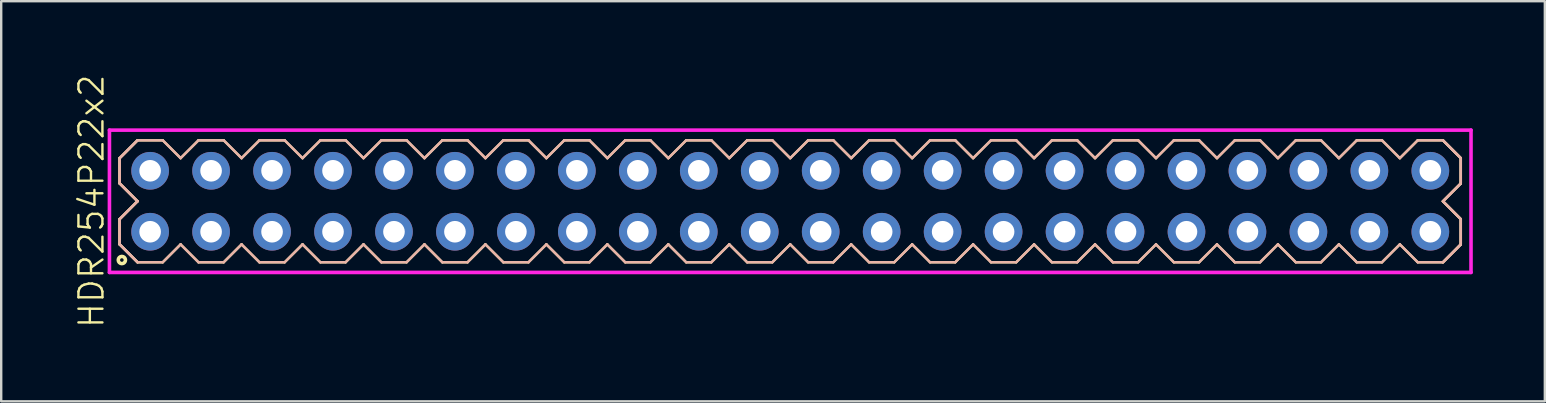
<source format=kicad_pcb>
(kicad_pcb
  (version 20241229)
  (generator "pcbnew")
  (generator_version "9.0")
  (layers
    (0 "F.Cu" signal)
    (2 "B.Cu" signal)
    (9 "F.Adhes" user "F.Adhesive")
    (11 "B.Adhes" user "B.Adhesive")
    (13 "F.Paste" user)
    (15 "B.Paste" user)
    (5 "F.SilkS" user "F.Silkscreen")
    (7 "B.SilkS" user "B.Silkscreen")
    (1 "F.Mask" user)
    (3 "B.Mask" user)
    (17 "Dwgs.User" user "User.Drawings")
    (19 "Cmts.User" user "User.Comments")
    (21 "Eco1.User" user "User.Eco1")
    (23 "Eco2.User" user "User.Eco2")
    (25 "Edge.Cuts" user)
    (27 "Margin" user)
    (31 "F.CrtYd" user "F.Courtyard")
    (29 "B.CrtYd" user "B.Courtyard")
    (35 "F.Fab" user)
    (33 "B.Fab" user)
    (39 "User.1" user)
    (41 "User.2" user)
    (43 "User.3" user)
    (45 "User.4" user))
  (footprint "HDR254P22x2"
    (layer "F.Cu")
    (at 29.875 5.336)
    (property "Reference" "HDR254P22x2" (at -29.115 0 90) (layer "F.SilkS") (effects (font (size 1 1) (thickness 0.1))))
    (attr through_hole)
    (fp_line (start -27.94 -1.796) (end -27.196 -2.54) (stroke (width 0.1) (type solid)) (layer "F.SilkS"))
    (fp_line (start -27.94 -1.796) (end -27.196 -2.54) (stroke (width 0.1) (type solid)) (layer "F.SilkS"))
    (fp_line (start -27.94 -0.744) (end -27.94 -1.796) (stroke (width 0.1) (type solid)) (layer "F.SilkS"))
    (fp_line (start -27.94 -0.744) (end -27.94 -1.796) (stroke (width 0.1) (type solid)) (layer "F.SilkS"))
    (fp_line (start -27.94 0.744) (end -27.196 0) (stroke (width 0.1) (type solid)) (layer "F.SilkS"))
    (fp_line (start -27.94 0.744) (end -27.196 0) (stroke (width 0.1) (type solid)) (layer "F.SilkS"))
    (fp_line (start -27.94 1.796) (end -27.94 0.744) (stroke (width 0.1) (type solid)) (layer "F.SilkS"))
    (fp_line (start -27.94 1.796) (end -27.94 0.744) (stroke (width 0.1) (type solid)) (layer "F.SilkS"))
    (fp_line (start -27.196 -2.54) (end -26.144 -2.54) (stroke (width 0.1) (type solid)) (layer "F.SilkS"))
    (fp_line (start -27.196 0) (end -27.94 -0.744) (stroke (width 0.1) (type solid)) (layer "F.SilkS"))
    (fp_line (start -27.196 0) (end -27.94 -0.744) (stroke (width 0.1) (type solid)) (layer "F.SilkS"))
    (fp_line (start -27.196 2.54) (end -27.94 1.796) (stroke (width 0.1) (type solid)) (layer "F.SilkS"))
    (fp_line (start -27.196 2.54) (end -27.94 1.796) (stroke (width 0.1) (type solid)) (layer "F.SilkS"))
    (fp_line (start -26.144 -2.54) (end -25.4 -1.796) (stroke (width 0.1) (type solid)) (layer "F.SilkS"))
    (fp_line (start -26.144 2.54) (end -27.196 2.54) (stroke (width 0.1) (type solid)) (layer "F.SilkS"))
    (fp_line (start -25.4 -1.796) (end -24.656 -2.54) (stroke (width 0.1) (type solid)) (layer "F.SilkS"))
    (fp_line (start -25.4 1.796) (end -26.144 2.54) (stroke (width 0.1) (type solid)) (layer "F.SilkS"))
    (fp_line (start -24.656 -2.54) (end -23.604 -2.54) (stroke (width 0.1) (type solid)) (layer "F.SilkS"))
    (fp_line (start -24.656 2.54) (end -25.4 1.796) (stroke (width 0.1) (type solid)) (layer "F.SilkS"))
    (fp_line (start -23.604 -2.54) (end -22.86 -1.796) (stroke (width 0.1) (type solid)) (layer "F.SilkS"))
    (fp_line (start -23.604 2.54) (end -24.656 2.54) (stroke (width 0.1) (type solid)) (layer "F.SilkS"))
    (fp_line (start -22.86 -1.796) (end -22.116 -2.54) (stroke (width 0.1) (type solid)) (layer "F.SilkS"))
    (fp_line (start -22.86 1.796) (end -23.604 2.54) (stroke (width 0.1) (type solid)) (layer "F.SilkS"))
    (fp_line (start -22.116 -2.54) (end -21.064 -2.54) (stroke (width 0.1) (type solid)) (layer "F.SilkS"))
    (fp_line (start -22.116 2.54) (end -22.86 1.796) (stroke (width 0.1) (type solid)) (layer "F.SilkS"))
    (fp_line (start -21.064 -2.54) (end -20.32 -1.796) (stroke (width 0.1) (type solid)) (layer "F.SilkS"))
    (fp_line (start -21.064 2.54) (end -22.116 2.54) (stroke (width 0.1) (type solid)) (layer "F.SilkS"))
    (fp_line (start -20.32 -1.796) (end -19.576 -2.54) (stroke (width 0.1) (type solid)) (layer "F.SilkS"))
    (fp_line (start -20.32 1.796) (end -21.064 2.54) (stroke (width 0.1) (type solid)) (layer "F.SilkS"))
    (fp_line (start -19.576 -2.54) (end -18.524 -2.54) (stroke (width 0.1) (type solid)) (layer "F.SilkS"))
    (fp_line (start -19.576 2.54) (end -20.32 1.796) (stroke (width 0.1) (type solid)) (layer "F.SilkS"))
    (fp_line (start -18.524 -2.54) (end -17.78 -1.796) (stroke (width 0.1) (type solid)) (layer "F.SilkS"))
    (fp_line (start -18.524 2.54) (end -19.576 2.54) (stroke (width 0.1) (type solid)) (layer "F.SilkS"))
    (fp_line (start -17.78 -1.796) (end -17.036 -2.54) (stroke (width 0.1) (type solid)) (layer "F.SilkS"))
    (fp_line (start -17.78 1.796) (end -18.524 2.54) (stroke (width 0.1) (type solid)) (layer "F.SilkS"))
    (fp_line (start -17.036 -2.54) (end -15.984 -2.54) (stroke (width 0.1) (type solid)) (layer "F.SilkS"))
    (fp_line (start -17.036 2.54) (end -17.78 1.796) (stroke (width 0.1) (type solid)) (layer "F.SilkS"))
    (fp_line (start -15.984 -2.54) (end -15.24 -1.796) (stroke (width 0.1) (type solid)) (layer "F.SilkS"))
    (fp_line (start -15.984 2.54) (end -17.036 2.54) (stroke (width 0.1) (type solid)) (layer "F.SilkS"))
    (fp_line (start -15.24 -1.796) (end -14.496 -2.54) (stroke (width 0.1) (type solid)) (layer "F.SilkS"))
    (fp_line (start -15.24 1.796) (end -15.984 2.54) (stroke (width 0.1) (type solid)) (layer "F.SilkS"))
    (fp_line (start -14.496 -2.54) (end -13.444 -2.54) (stroke (width 0.1) (type solid)) (layer "F.SilkS"))
    (fp_line (start -14.496 2.54) (end -15.24 1.796) (stroke (width 0.1) (type solid)) (layer "F.SilkS"))
    (fp_line (start -13.444 -2.54) (end -12.7 -1.796) (stroke (width 0.1) (type solid)) (layer "F.SilkS"))
    (fp_line (start -13.444 2.54) (end -14.496 2.54) (stroke (width 0.1) (type solid)) (layer "F.SilkS"))
    (fp_line (start -12.7 -1.796) (end -11.956 -2.54) (stroke (width 0.1) (type solid)) (layer "F.SilkS"))
    (fp_line (start -12.7 1.796) (end -13.444 2.54) (stroke (width 0.1) (type solid)) (layer "F.SilkS"))
    (fp_line (start -11.956 -2.54) (end -10.904 -2.54) (stroke (width 0.1) (type solid)) (layer "F.SilkS"))
    (fp_line (start -11.956 2.54) (end -12.7 1.796) (stroke (width 0.1) (type solid)) (layer "F.SilkS"))
    (fp_line (start -10.904 -2.54) (end -10.16 -1.796) (stroke (width 0.1) (type solid)) (layer "F.SilkS"))
    (fp_line (start -10.904 2.54) (end -11.956 2.54) (stroke (width 0.1) (type solid)) (layer "F.SilkS"))
    (fp_line (start -10.16 -1.796) (end -9.416 -2.54) (stroke (width 0.1) (type solid)) (layer "F.SilkS"))
    (fp_line (start -10.16 1.796) (end -10.904 2.54) (stroke (width 0.1) (type solid)) (layer "F.SilkS"))
    (fp_line (start -9.416 -2.54) (end -8.364 -2.54) (stroke (width 0.1) (type solid)) (layer "F.SilkS"))
    (fp_line (start -9.416 2.54) (end -10.16 1.796) (stroke (width 0.1) (type solid)) (layer "F.SilkS"))
    (fp_line (start -8.364 -2.54) (end -7.62 -1.796) (stroke (width 0.1) (type solid)) (layer "F.SilkS"))
    (fp_line (start -8.364 2.54) (end -9.416 2.54) (stroke (width 0.1) (type solid)) (layer "F.SilkS"))
    (fp_line (start -7.62 -1.796) (end -6.876 -2.54) (stroke (width 0.1) (type solid)) (layer "F.SilkS"))
    (fp_line (start -7.62 1.796) (end -8.364 2.54) (stroke (width 0.1) (type solid)) (layer "F.SilkS"))
    (fp_line (start -6.876 -2.54) (end -5.824 -2.54) (stroke (width 0.1) (type solid)) (layer "F.SilkS"))
    (fp_line (start -6.876 2.54) (end -7.62 1.796) (stroke (width 0.1) (type solid)) (layer "F.SilkS"))
    (fp_line (start -5.824 -2.54) (end -5.08 -1.796) (stroke (width 0.1) (type solid)) (layer "F.SilkS"))
    (fp_line (start -5.824 2.54) (end -6.876 2.54) (stroke (width 0.1) (type solid)) (layer "F.SilkS"))
    (fp_line (start -5.08 -1.796) (end -4.336 -2.54) (stroke (width 0.1) (type solid)) (layer "F.SilkS"))
    (fp_line (start -5.08 1.796) (end -5.824 2.54) (stroke (width 0.1) (type solid)) (layer "F.SilkS"))
    (fp_line (start -4.336 -2.54) (end -3.284 -2.54) (stroke (width 0.1) (type solid)) (layer "F.SilkS"))
    (fp_line (start -4.336 2.54) (end -5.08 1.796) (stroke (width 0.1) (type solid)) (layer "F.SilkS"))
    (fp_line (start -3.284 -2.54) (end -2.54 -1.796) (stroke (width 0.1) (type solid)) (layer "F.SilkS"))
    (fp_line (start -3.284 2.54) (end -4.336 2.54) (stroke (width 0.1) (type solid)) (layer "F.SilkS"))
    (fp_line (start -2.54 -1.796) (end -1.796 -2.54) (stroke (width 0.1) (type solid)) (layer "F.SilkS"))
    (fp_line (start -2.54 1.796) (end -3.284 2.54) (stroke (width 0.1) (type solid)) (layer "F.SilkS"))
    (fp_line (start -1.796 -2.54) (end -0.744 -2.54) (stroke (width 0.1) (type solid)) (layer "F.SilkS"))
    (fp_line (start -1.796 2.54) (end -2.54 1.796) (stroke (width 0.1) (type solid)) (layer "F.SilkS"))
    (fp_line (start -0.744 -2.54) (end 0 -1.796) (stroke (width 0.1) (type solid)) (layer "F.SilkS"))
    (fp_line (start -0.744 2.54) (end -1.796 2.54) (stroke (width 0.1) (type solid)) (layer "F.SilkS"))
    (fp_line (start 0 -1.796) (end 0.744 -2.54) (stroke (width 0.1) (type solid)) (layer "F.SilkS"))
    (fp_line (start 0 1.796) (end -0.744 2.54) (stroke (width 0.1) (type solid)) (layer "F.SilkS"))
    (fp_line (start 0.744 -2.54) (end 1.796 -2.54) (stroke (width 0.1) (type solid)) (layer "F.SilkS"))
    (fp_line (start 0.744 2.54) (end 0 1.796) (stroke (width 0.1) (type solid)) (layer "F.SilkS"))
    (fp_line (start 1.796 -2.54) (end 2.54 -1.796) (stroke (width 0.1) (type solid)) (layer "F.SilkS"))
    (fp_line (start 1.796 2.54) (end 0.744 2.54) (stroke (width 0.1) (type solid)) (layer "F.SilkS"))
    (fp_line (start 2.54 -1.796) (end 3.284 -2.54) (stroke (width 0.1) (type solid)) (layer "F.SilkS"))
    (fp_line (start 2.54 1.796) (end 1.796 2.54) (stroke (width 0.1) (type solid)) (layer "F.SilkS"))
    (fp_line (start 3.284 -2.54) (end 4.336 -2.54) (stroke (width 0.1) (type solid)) (layer "F.SilkS"))
    (fp_line (start 3.284 2.54) (end 2.54 1.796) (stroke (width 0.1) (type solid)) (layer "F.SilkS"))
    (fp_line (start 4.336 -2.54) (end 5.08 -1.796) (stroke (width 0.1) (type solid)) (layer "F.SilkS"))
    (fp_line (start 4.336 2.54) (end 3.284 2.54) (stroke (width 0.1) (type solid)) (layer "F.SilkS"))
    (fp_line (start 5.08 -1.796) (end 5.824 -2.54) (stroke (width 0.1) (type solid)) (layer "F.SilkS"))
    (fp_line (start 5.08 1.796) (end 4.336 2.54) (stroke (width 0.1) (type solid)) (layer "F.SilkS"))
    (fp_line (start 5.824 -2.54) (end 6.876 -2.54) (stroke (width 0.1) (type solid)) (layer "F.SilkS"))
    (fp_line (start 5.824 2.54) (end 5.08 1.796) (stroke (width 0.1) (type solid)) (layer "F.SilkS"))
    (fp_line (start 6.876 -2.54) (end 7.62 -1.796) (stroke (width 0.1) (type solid)) (layer "F.SilkS"))
    (fp_line (start 6.876 2.54) (end 5.824 2.54) (stroke (width 0.1) (type solid)) (layer "F.SilkS"))
    (fp_line (start 7.62 -1.796) (end 8.364 -2.54) (stroke (width 0.1) (type solid)) (layer "F.SilkS"))
    (fp_line (start 7.62 1.796) (end 6.876 2.54) (stroke (width 0.1) (type solid)) (layer "F.SilkS"))
    (fp_line (start 8.364 -2.54) (end 9.416 -2.54) (stroke (width 0.1) (type solid)) (layer "F.SilkS"))
    (fp_line (start 8.364 2.54) (end 7.62 1.796) (stroke (width 0.1) (type solid)) (layer "F.SilkS"))
    (fp_line (start 9.416 -2.54) (end 10.16 -1.796) (stroke (width 0.1) (type solid)) (layer "F.SilkS"))
    (fp_line (start 9.416 2.54) (end 8.364 2.54) (stroke (width 0.1) (type solid)) (layer "F.SilkS"))
    (fp_line (start 10.16 -1.796) (end 10.904 -2.54) (stroke (width 0.1) (type solid)) (layer "F.SilkS"))
    (fp_line (start 10.16 1.796) (end 9.416 2.54) (stroke (width 0.1) (type solid)) (layer "F.SilkS"))
    (fp_line (start 10.904 -2.54) (end 11.956 -2.54) (stroke (width 0.1) (type solid)) (layer "F.SilkS"))
    (fp_line (start 10.904 2.54) (end 10.16 1.796) (stroke (width 0.1) (type solid)) (layer "F.SilkS"))
    (fp_line (start 11.956 -2.54) (end 12.7 -1.796) (stroke (width 0.1) (type solid)) (layer "F.SilkS"))
    (fp_line (start 11.956 2.54) (end 10.904 2.54) (stroke (width 0.1) (type solid)) (layer "F.SilkS"))
    (fp_line (start 12.7 -1.796) (end 13.444 -2.54) (stroke (width 0.1) (type solid)) (layer "F.SilkS"))
    (fp_line (start 12.7 1.796) (end 11.956 2.54) (stroke (width 0.1) (type solid)) (layer "F.SilkS"))
    (fp_line (start 13.444 -2.54) (end 14.496 -2.54) (stroke (width 0.1) (type solid)) (layer "F.SilkS"))
    (fp_line (start 13.444 2.54) (end 12.7 1.796) (stroke (width 0.1) (type solid)) (layer "F.SilkS"))
    (fp_line (start 14.496 -2.54) (end 15.24 -1.796) (stroke (width 0.1) (type solid)) (layer "F.SilkS"))
    (fp_line (start 14.496 2.54) (end 13.444 2.54) (stroke (width 0.1) (type solid)) (layer "F.SilkS"))
    (fp_line (start 15.24 -1.796) (end 15.984 -2.54) (stroke (width 0.1) (type solid)) (layer "F.SilkS"))
    (fp_line (start 15.24 1.796) (end 14.496 2.54) (stroke (width 0.1) (type solid)) (layer "F.SilkS"))
    (fp_line (start 15.984 -2.54) (end 17.036 -2.54) (stroke (width 0.1) (type solid)) (layer "F.SilkS"))
    (fp_line (start 15.984 2.54) (end 15.24 1.796) (stroke (width 0.1) (type solid)) (layer "F.SilkS"))
    (fp_line (start 17.036 -2.54) (end 17.78 -1.796) (stroke (width 0.1) (type solid)) (layer "F.SilkS"))
    (fp_line (start 17.036 2.54) (end 15.984 2.54) (stroke (width 0.1) (type solid)) (layer "F.SilkS"))
    (fp_line (start 17.78 -1.796) (end 18.524 -2.54) (stroke (width 0.1) (type solid)) (layer "F.SilkS"))
    (fp_line (start 17.78 1.796) (end 17.036 2.54) (stroke (width 0.1) (type solid)) (layer "F.SilkS"))
    (fp_line (start 18.524 -2.54) (end 19.576 -2.54) (stroke (width 0.1) (type solid)) (layer "F.SilkS"))
    (fp_line (start 18.524 2.54) (end 17.78 1.796) (stroke (width 0.1) (type solid)) (layer "F.SilkS"))
    (fp_line (start 19.576 -2.54) (end 20.32 -1.796) (stroke (width 0.1) (type solid)) (layer "F.SilkS"))
    (fp_line (start 19.576 2.54) (end 18.524 2.54) (stroke (width 0.1) (type solid)) (layer "F.SilkS"))
    (fp_line (start 20.32 -1.796) (end 21.064 -2.54) (stroke (width 0.1) (type solid)) (layer "F.SilkS"))
    (fp_line (start 20.32 1.796) (end 19.576 2.54) (stroke (width 0.1) (type solid)) (layer "F.SilkS"))
    (fp_line (start 21.064 -2.54) (end 22.116 -2.54) (stroke (width 0.1) (type solid)) (layer "F.SilkS"))
    (fp_line (start 21.064 2.54) (end 20.32 1.796) (stroke (width 0.1) (type solid)) (layer "F.SilkS"))
    (fp_line (start 22.116 -2.54) (end 22.86 -1.796) (stroke (width 0.1) (type solid)) (layer "F.SilkS"))
    (fp_line (start 22.116 2.54) (end 21.064 2.54) (stroke (width 0.1) (type solid)) (layer "F.SilkS"))
    (fp_line (start 22.86 -1.796) (end 23.604 -2.54) (stroke (width 0.1) (type solid)) (layer "F.SilkS"))
    (fp_line (start 22.86 1.796) (end 22.116 2.54) (stroke (width 0.1) (type solid)) (layer "F.SilkS"))
    (fp_line (start 23.604 -2.54) (end 24.656 -2.54) (stroke (width 0.1) (type solid)) (layer "F.SilkS"))
    (fp_line (start 23.604 2.54) (end 22.86 1.796) (stroke (width 0.1) (type solid)) (layer "F.SilkS"))
    (fp_line (start 24.656 -2.54) (end 25.4 -1.796) (stroke (width 0.1) (type solid)) (layer "F.SilkS"))
    (fp_line (start 24.656 2.54) (end 23.604 2.54) (stroke (width 0.1) (type solid)) (layer "F.SilkS"))
    (fp_line (start 25.4 -1.796) (end 26.144 -2.54) (stroke (width 0.1) (type solid)) (layer "F.SilkS"))
    (fp_line (start 25.4 1.796) (end 24.656 2.54) (stroke (width 0.1) (type solid)) (layer "F.SilkS"))
    (fp_line (start 26.144 -2.54) (end 27.196 -2.54) (stroke (width 0.1) (type solid)) (layer "F.SilkS"))
    (fp_line (start 26.144 2.54) (end 25.4 1.796) (stroke (width 0.1) (type solid)) (layer "F.SilkS"))
    (fp_line (start 27.196 -2.54) (end 27.94 -1.796) (stroke (width 0.1) (type solid)) (layer "F.SilkS"))
    (fp_line (start 27.196 -2.54) (end 27.94 -1.796) (stroke (width 0.1) (type solid)) (layer "F.SilkS"))
    (fp_line (start 27.196 0) (end 27.94 0.744) (stroke (width 0.1) (type solid)) (layer "F.SilkS"))
    (fp_line (start 27.196 0) (end 27.94 0.744) (stroke (width 0.1) (type solid)) (layer "F.SilkS"))
    (fp_line (start 27.196 2.54) (end 26.144 2.54) (stroke (width 0.1) (type solid)) (layer "F.SilkS"))
    (fp_line (start 27.94 -1.796) (end 27.94 -0.744) (stroke (width 0.1) (type solid)) (layer "F.SilkS"))
    (fp_line (start 27.94 -1.796) (end 27.94 -0.744) (stroke (width 0.1) (type solid)) (layer "F.SilkS"))
    (fp_line (start 27.94 -0.744) (end 27.196 0) (stroke (width 0.1) (type solid)) (layer "F.SilkS"))
    (fp_line (start 27.94 -0.744) (end 27.196 0) (stroke (width 0.1) (type solid)) (layer "F.SilkS"))
    (fp_line (start 27.94 0.744) (end 27.94 1.796) (stroke (width 0.1) (type solid)) (layer "F.SilkS"))
    (fp_line (start 27.94 0.744) (end 27.94 1.796) (stroke (width 0.1) (type solid)) (layer "F.SilkS"))
    (fp_line (start 27.94 1.796) (end 27.196 2.54) (stroke (width 0.1) (type solid)) (layer "F.SilkS"))
    (fp_line (start 27.94 1.796) (end 27.196 2.54) (stroke (width 0.1) (type solid)) (layer "F.SilkS"))
    (fp_circle (center -27.848 2.448) (end -27.698 2.448) (stroke (width 0.15) (type solid)) (fill no) (layer "F.SilkS"))
    (fp_line (start -27.94 -1.796) (end -27.196 -2.54) (stroke (width 0.1) (type solid)) (layer "B.SilkS"))
    (fp_line (start -27.94 -1.796) (end -27.196 -2.54) (stroke (width 0.1) (type solid)) (layer "B.SilkS"))
    (fp_line (start -27.94 -0.744) (end -27.94 -1.796) (stroke (width 0.1) (type solid)) (layer "B.SilkS"))
    (fp_line (start -27.94 -0.744) (end -27.94 -1.796) (stroke (width 0.1) (type solid)) (layer "B.SilkS"))
    (fp_line (start -27.94 0.744) (end -27.196 0) (stroke (width 0.1) (type solid)) (layer "B.SilkS"))
    (fp_line (start -27.94 0.744) (end -27.196 0) (stroke (width 0.1) (type solid)) (layer "B.SilkS"))
    (fp_line (start -27.94 1.796) (end -27.94 0.744) (stroke (width 0.1) (type solid)) (layer "B.SilkS"))
    (fp_line (start -27.94 1.796) (end -27.94 0.744) (stroke (width 0.1) (type solid)) (layer "B.SilkS"))
    (fp_line (start -27.196 -2.54) (end -26.144 -2.54) (stroke (width 0.1) (type solid)) (layer "B.SilkS"))
    (fp_line (start -27.196 0) (end -27.94 -0.744) (stroke (width 0.1) (type solid)) (layer "B.SilkS"))
    (fp_line (start -27.196 0) (end -27.94 -0.744) (stroke (width 0.1) (type solid)) (layer "B.SilkS"))
    (fp_line (start -27.196 2.54) (end -27.94 1.796) (stroke (width 0.1) (type solid)) (layer "B.SilkS"))
    (fp_line (start -27.196 2.54) (end -27.94 1.796) (stroke (width 0.1) (type solid)) (layer "B.SilkS"))
    (fp_line (start -26.144 -2.54) (end -25.4 -1.796) (stroke (width 0.1) (type solid)) (layer "B.SilkS"))
    (fp_line (start -26.144 2.54) (end -27.196 2.54) (stroke (width 0.1) (type solid)) (layer "B.SilkS"))
    (fp_line (start -25.4 -1.796) (end -24.656 -2.54) (stroke (width 0.1) (type solid)) (layer "B.SilkS"))
    (fp_line (start -25.4 1.796) (end -26.144 2.54) (stroke (width 0.1) (type solid)) (layer "B.SilkS"))
    (fp_line (start -24.656 -2.54) (end -23.604 -2.54) (stroke (width 0.1) (type solid)) (layer "B.SilkS"))
    (fp_line (start -24.656 2.54) (end -25.4 1.796) (stroke (width 0.1) (type solid)) (layer "B.SilkS"))
    (fp_line (start -23.604 -2.54) (end -22.86 -1.796) (stroke (width 0.1) (type solid)) (layer "B.SilkS"))
    (fp_line (start -23.604 2.54) (end -24.656 2.54) (stroke (width 0.1) (type solid)) (layer "B.SilkS"))
    (fp_line (start -22.86 -1.796) (end -22.116 -2.54) (stroke (width 0.1) (type solid)) (layer "B.SilkS"))
    (fp_line (start -22.86 1.796) (end -23.604 2.54) (stroke (width 0.1) (type solid)) (layer "B.SilkS"))
    (fp_line (start -22.116 -2.54) (end -21.064 -2.54) (stroke (width 0.1) (type solid)) (layer "B.SilkS"))
    (fp_line (start -22.116 2.54) (end -22.86 1.796) (stroke (width 0.1) (type solid)) (layer "B.SilkS"))
    (fp_line (start -21.064 -2.54) (end -20.32 -1.796) (stroke (width 0.1) (type solid)) (layer "B.SilkS"))
    (fp_line (start -21.064 2.54) (end -22.116 2.54) (stroke (width 0.1) (type solid)) (layer "B.SilkS"))
    (fp_line (start -20.32 -1.796) (end -19.576 -2.54) (stroke (width 0.1) (type solid)) (layer "B.SilkS"))
    (fp_line (start -20.32 1.796) (end -21.064 2.54) (stroke (width 0.1) (type solid)) (layer "B.SilkS"))
    (fp_line (start -19.576 -2.54) (end -18.524 -2.54) (stroke (width 0.1) (type solid)) (layer "B.SilkS"))
    (fp_line (start -19.576 2.54) (end -20.32 1.796) (stroke (width 0.1) (type solid)) (layer "B.SilkS"))
    (fp_line (start -18.524 -2.54) (end -17.78 -1.796) (stroke (width 0.1) (type solid)) (layer "B.SilkS"))
    (fp_line (start -18.524 2.54) (end -19.576 2.54) (stroke (width 0.1) (type solid)) (layer "B.SilkS"))
    (fp_line (start -17.78 -1.796) (end -17.036 -2.54) (stroke (width 0.1) (type solid)) (layer "B.SilkS"))
    (fp_line (start -17.78 1.796) (end -18.524 2.54) (stroke (width 0.1) (type solid)) (layer "B.SilkS"))
    (fp_line (start -17.036 -2.54) (end -15.984 -2.54) (stroke (width 0.1) (type solid)) (layer "B.SilkS"))
    (fp_line (start -17.036 2.54) (end -17.78 1.796) (stroke (width 0.1) (type solid)) (layer "B.SilkS"))
    (fp_line (start -15.984 -2.54) (end -15.24 -1.796) (stroke (width 0.1) (type solid)) (layer "B.SilkS"))
    (fp_line (start -15.984 2.54) (end -17.036 2.54) (stroke (width 0.1) (type solid)) (layer "B.SilkS"))
    (fp_line (start -15.24 -1.796) (end -14.496 -2.54) (stroke (width 0.1) (type solid)) (layer "B.SilkS"))
    (fp_line (start -15.24 1.796) (end -15.984 2.54) (stroke (width 0.1) (type solid)) (layer "B.SilkS"))
    (fp_line (start -14.496 -2.54) (end -13.444 -2.54) (stroke (width 0.1) (type solid)) (layer "B.SilkS"))
    (fp_line (start -14.496 2.54) (end -15.24 1.796) (stroke (width 0.1) (type solid)) (layer "B.SilkS"))
    (fp_line (start -13.444 -2.54) (end -12.7 -1.796) (stroke (width 0.1) (type solid)) (layer "B.SilkS"))
    (fp_line (start -13.444 2.54) (end -14.496 2.54) (stroke (width 0.1) (type solid)) (layer "B.SilkS"))
    (fp_line (start -12.7 -1.796) (end -11.956 -2.54) (stroke (width 0.1) (type solid)) (layer "B.SilkS"))
    (fp_line (start -12.7 1.796) (end -13.444 2.54) (stroke (width 0.1) (type solid)) (layer "B.SilkS"))
    (fp_line (start -11.956 -2.54) (end -10.904 -2.54) (stroke (width 0.1) (type solid)) (layer "B.SilkS"))
    (fp_line (start -11.956 2.54) (end -12.7 1.796) (stroke (width 0.1) (type solid)) (layer "B.SilkS"))
    (fp_line (start -10.904 -2.54) (end -10.16 -1.796) (stroke (width 0.1) (type solid)) (layer "B.SilkS"))
    (fp_line (start -10.904 2.54) (end -11.956 2.54) (stroke (width 0.1) (type solid)) (layer "B.SilkS"))
    (fp_line (start -10.16 -1.796) (end -9.416 -2.54) (stroke (width 0.1) (type solid)) (layer "B.SilkS"))
    (fp_line (start -10.16 1.796) (end -10.904 2.54) (stroke (width 0.1) (type solid)) (layer "B.SilkS"))
    (fp_line (start -9.416 -2.54) (end -8.364 -2.54) (stroke (width 0.1) (type solid)) (layer "B.SilkS"))
    (fp_line (start -9.416 2.54) (end -10.16 1.796) (stroke (width 0.1) (type solid)) (layer "B.SilkS"))
    (fp_line (start -8.364 -2.54) (end -7.62 -1.796) (stroke (width 0.1) (type solid)) (layer "B.SilkS"))
    (fp_line (start -8.364 2.54) (end -9.416 2.54) (stroke (width 0.1) (type solid)) (layer "B.SilkS"))
    (fp_line (start -7.62 -1.796) (end -6.876 -2.54) (stroke (width 0.1) (type solid)) (layer "B.SilkS"))
    (fp_line (start -7.62 1.796) (end -8.364 2.54) (stroke (width 0.1) (type solid)) (layer "B.SilkS"))
    (fp_line (start -6.876 -2.54) (end -5.824 -2.54) (stroke (width 0.1) (type solid)) (layer "B.SilkS"))
    (fp_line (start -6.876 2.54) (end -7.62 1.796) (stroke (width 0.1) (type solid)) (layer "B.SilkS"))
    (fp_line (start -5.824 -2.54) (end -5.08 -1.796) (stroke (width 0.1) (type solid)) (layer "B.SilkS"))
    (fp_line (start -5.824 2.54) (end -6.876 2.54) (stroke (width 0.1) (type solid)) (layer "B.SilkS"))
    (fp_line (start -5.08 -1.796) (end -4.336 -2.54) (stroke (width 0.1) (type solid)) (layer "B.SilkS"))
    (fp_line (start -5.08 1.796) (end -5.824 2.54) (stroke (width 0.1) (type solid)) (layer "B.SilkS"))
    (fp_line (start -4.336 -2.54) (end -3.284 -2.54) (stroke (width 0.1) (type solid)) (layer "B.SilkS"))
    (fp_line (start -4.336 2.54) (end -5.08 1.796) (stroke (width 0.1) (type solid)) (layer "B.SilkS"))
    (fp_line (start -3.284 -2.54) (end -2.54 -1.796) (stroke (width 0.1) (type solid)) (layer "B.SilkS"))
    (fp_line (start -3.284 2.54) (end -4.336 2.54) (stroke (width 0.1) (type solid)) (layer "B.SilkS"))
    (fp_line (start -2.54 -1.796) (end -1.796 -2.54) (stroke (width 0.1) (type solid)) (layer "B.SilkS"))
    (fp_line (start -2.54 1.796) (end -3.284 2.54) (stroke (width 0.1) (type solid)) (layer "B.SilkS"))
    (fp_line (start -1.796 -2.54) (end -0.744 -2.54) (stroke (width 0.1) (type solid)) (layer "B.SilkS"))
    (fp_line (start -1.796 2.54) (end -2.54 1.796) (stroke (width 0.1) (type solid)) (layer "B.SilkS"))
    (fp_line (start -0.744 -2.54) (end 0 -1.796) (stroke (width 0.1) (type solid)) (layer "B.SilkS"))
    (fp_line (start -0.744 2.54) (end -1.796 2.54) (stroke (width 0.1) (type solid)) (layer "B.SilkS"))
    (fp_line (start 0 -1.796) (end 0.744 -2.54) (stroke (width 0.1) (type solid)) (layer "B.SilkS"))
    (fp_line (start 0 1.796) (end -0.744 2.54) (stroke (width 0.1) (type solid)) (layer "B.SilkS"))
    (fp_line (start 0.744 -2.54) (end 1.796 -2.54) (stroke (width 0.1) (type solid)) (layer "B.SilkS"))
    (fp_line (start 0.744 2.54) (end 0 1.796) (stroke (width 0.1) (type solid)) (layer "B.SilkS"))
    (fp_line (start 1.796 -2.54) (end 2.54 -1.796) (stroke (width 0.1) (type solid)) (layer "B.SilkS"))
    (fp_line (start 1.796 2.54) (end 0.744 2.54) (stroke (width 0.1) (type solid)) (layer "B.SilkS"))
    (fp_line (start 2.54 -1.796) (end 3.284 -2.54) (stroke (width 0.1) (type solid)) (layer "B.SilkS"))
    (fp_line (start 2.54 1.796) (end 1.796 2.54) (stroke (width 0.1) (type solid)) (layer "B.SilkS"))
    (fp_line (start 3.284 -2.54) (end 4.336 -2.54) (stroke (width 0.1) (type solid)) (layer "B.SilkS"))
    (fp_line (start 3.284 2.54) (end 2.54 1.796) (stroke (width 0.1) (type solid)) (layer "B.SilkS"))
    (fp_line (start 4.336 -2.54) (end 5.08 -1.796) (stroke (width 0.1) (type solid)) (layer "B.SilkS"))
    (fp_line (start 4.336 2.54) (end 3.284 2.54) (stroke (width 0.1) (type solid)) (layer "B.SilkS"))
    (fp_line (start 5.08 -1.796) (end 5.824 -2.54) (stroke (width 0.1) (type solid)) (layer "B.SilkS"))
    (fp_line (start 5.08 1.796) (end 4.336 2.54) (stroke (width 0.1) (type solid)) (layer "B.SilkS"))
    (fp_line (start 5.824 -2.54) (end 6.876 -2.54) (stroke (width 0.1) (type solid)) (layer "B.SilkS"))
    (fp_line (start 5.824 2.54) (end 5.08 1.796) (stroke (width 0.1) (type solid)) (layer "B.SilkS"))
    (fp_line (start 6.876 -2.54) (end 7.62 -1.796) (stroke (width 0.1) (type solid)) (layer "B.SilkS"))
    (fp_line (start 6.876 2.54) (end 5.824 2.54) (stroke (width 0.1) (type solid)) (layer "B.SilkS"))
    (fp_line (start 7.62 -1.796) (end 8.364 -2.54) (stroke (width 0.1) (type solid)) (layer "B.SilkS"))
    (fp_line (start 7.62 1.796) (end 6.876 2.54) (stroke (width 0.1) (type solid)) (layer "B.SilkS"))
    (fp_line (start 8.364 -2.54) (end 9.416 -2.54) (stroke (width 0.1) (type solid)) (layer "B.SilkS"))
    (fp_line (start 8.364 2.54) (end 7.62 1.796) (stroke (width 0.1) (type solid)) (layer "B.SilkS"))
    (fp_line (start 9.416 -2.54) (end 10.16 -1.796) (stroke (width 0.1) (type solid)) (layer "B.SilkS"))
    (fp_line (start 9.416 2.54) (end 8.364 2.54) (stroke (width 0.1) (type solid)) (layer "B.SilkS"))
    (fp_line (start 10.16 -1.796) (end 10.904 -2.54) (stroke (width 0.1) (type solid)) (layer "B.SilkS"))
    (fp_line (start 10.16 1.796) (end 9.416 2.54) (stroke (width 0.1) (type solid)) (layer "B.SilkS"))
    (fp_line (start 10.904 -2.54) (end 11.956 -2.54) (stroke (width 0.1) (type solid)) (layer "B.SilkS"))
    (fp_line (start 10.904 2.54) (end 10.16 1.796) (stroke (width 0.1) (type solid)) (layer "B.SilkS"))
    (fp_line (start 11.956 -2.54) (end 12.7 -1.796) (stroke (width 0.1) (type solid)) (layer "B.SilkS"))
    (fp_line (start 11.956 2.54) (end 10.904 2.54) (stroke (width 0.1) (type solid)) (layer "B.SilkS"))
    (fp_line (start 12.7 -1.796) (end 13.444 -2.54) (stroke (width 0.1) (type solid)) (layer "B.SilkS"))
    (fp_line (start 12.7 1.796) (end 11.956 2.54) (stroke (width 0.1) (type solid)) (layer "B.SilkS"))
    (fp_line (start 13.444 -2.54) (end 14.496 -2.54) (stroke (width 0.1) (type solid)) (layer "B.SilkS"))
    (fp_line (start 13.444 2.54) (end 12.7 1.796) (stroke (width 0.1) (type solid)) (layer "B.SilkS"))
    (fp_line (start 14.496 -2.54) (end 15.24 -1.796) (stroke (width 0.1) (type solid)) (layer "B.SilkS"))
    (fp_line (start 14.496 2.54) (end 13.444 2.54) (stroke (width 0.1) (type solid)) (layer "B.SilkS"))
    (fp_line (start 15.24 -1.796) (end 15.984 -2.54) (stroke (width 0.1) (type solid)) (layer "B.SilkS"))
    (fp_line (start 15.24 1.796) (end 14.496 2.54) (stroke (width 0.1) (type solid)) (layer "B.SilkS"))
    (fp_line (start 15.984 -2.54) (end 17.036 -2.54) (stroke (width 0.1) (type solid)) (layer "B.SilkS"))
    (fp_line (start 15.984 2.54) (end 15.24 1.796) (stroke (width 0.1) (type solid)) (layer "B.SilkS"))
    (fp_line (start 17.036 -2.54) (end 17.78 -1.796) (stroke (width 0.1) (type solid)) (layer "B.SilkS"))
    (fp_line (start 17.036 2.54) (end 15.984 2.54) (stroke (width 0.1) (type solid)) (layer "B.SilkS"))
    (fp_line (start 17.78 -1.796) (end 18.524 -2.54) (stroke (width 0.1) (type solid)) (layer "B.SilkS"))
    (fp_line (start 17.78 1.796) (end 17.036 2.54) (stroke (width 0.1) (type solid)) (layer "B.SilkS"))
    (fp_line (start 18.524 -2.54) (end 19.576 -2.54) (stroke (width 0.1) (type solid)) (layer "B.SilkS"))
    (fp_line (start 18.524 2.54) (end 17.78 1.796) (stroke (width 0.1) (type solid)) (layer "B.SilkS"))
    (fp_line (start 19.576 -2.54) (end 20.32 -1.796) (stroke (width 0.1) (type solid)) (layer "B.SilkS"))
    (fp_line (start 19.576 2.54) (end 18.524 2.54) (stroke (width 0.1) (type solid)) (layer "B.SilkS"))
    (fp_line (start 20.32 -1.796) (end 21.064 -2.54) (stroke (width 0.1) (type solid)) (layer "B.SilkS"))
    (fp_line (start 20.32 1.796) (end 19.576 2.54) (stroke (width 0.1) (type solid)) (layer "B.SilkS"))
    (fp_line (start 21.064 -2.54) (end 22.116 -2.54) (stroke (width 0.1) (type solid)) (layer "B.SilkS"))
    (fp_line (start 21.064 2.54) (end 20.32 1.796) (stroke (width 0.1) (type solid)) (layer "B.SilkS"))
    (fp_line (start 22.116 -2.54) (end 22.86 -1.796) (stroke (width 0.1) (type solid)) (layer "B.SilkS"))
    (fp_line (start 22.116 2.54) (end 21.064 2.54) (stroke (width 0.1) (type solid)) (layer "B.SilkS"))
    (fp_line (start 22.86 -1.796) (end 23.604 -2.54) (stroke (width 0.1) (type solid)) (layer "B.SilkS"))
    (fp_line (start 22.86 1.796) (end 22.116 2.54) (stroke (width 0.1) (type solid)) (layer "B.SilkS"))
    (fp_line (start 23.604 -2.54) (end 24.656 -2.54) (stroke (width 0.1) (type solid)) (layer "B.SilkS"))
    (fp_line (start 23.604 2.54) (end 22.86 1.796) (stroke (width 0.1) (type solid)) (layer "B.SilkS"))
    (fp_line (start 24.656 -2.54) (end 25.4 -1.796) (stroke (width 0.1) (type solid)) (layer "B.SilkS"))
    (fp_line (start 24.656 2.54) (end 23.604 2.54) (stroke (width 0.1) (type solid)) (layer "B.SilkS"))
    (fp_line (start 25.4 -1.796) (end 26.144 -2.54) (stroke (width 0.1) (type solid)) (layer "B.SilkS"))
    (fp_line (start 25.4 1.796) (end 24.656 2.54) (stroke (width 0.1) (type solid)) (layer "B.SilkS"))
    (fp_line (start 26.144 -2.54) (end 27.196 -2.54) (stroke (width 0.1) (type solid)) (layer "B.SilkS"))
    (fp_line (start 26.144 2.54) (end 25.4 1.796) (stroke (width 0.1) (type solid)) (layer "B.SilkS"))
    (fp_line (start 27.196 -2.54) (end 27.94 -1.796) (stroke (width 0.1) (type solid)) (layer "B.SilkS"))
    (fp_line (start 27.196 -2.54) (end 27.94 -1.796) (stroke (width 0.1) (type solid)) (layer "B.SilkS"))
    (fp_line (start 27.196 0) (end 27.94 0.744) (stroke (width 0.1) (type solid)) (layer "B.SilkS"))
    (fp_line (start 27.196 0) (end 27.94 0.744) (stroke (width 0.1) (type solid)) (layer "B.SilkS"))
    (fp_line (start 27.196 2.54) (end 26.144 2.54) (stroke (width 0.1) (type solid)) (layer "B.SilkS"))
    (fp_line (start 27.94 -1.796) (end 27.94 -0.744) (stroke (width 0.1) (type solid)) (layer "B.SilkS"))
    (fp_line (start 27.94 -1.796) (end 27.94 -0.744) (stroke (width 0.1) (type solid)) (layer "B.SilkS"))
    (fp_line (start 27.94 -0.744) (end 27.196 0) (stroke (width 0.1) (type solid)) (layer "B.SilkS"))
    (fp_line (start 27.94 -0.744) (end 27.196 0) (stroke (width 0.1) (type solid)) (layer "B.SilkS"))
    (fp_line (start 27.94 0.744) (end 27.94 1.796) (stroke (width 0.1) (type solid)) (layer "B.SilkS"))
    (fp_line (start 27.94 0.744) (end 27.94 1.796) (stroke (width 0.1) (type solid)) (layer "B.SilkS"))
    (fp_line (start 27.94 1.796) (end 27.196 2.54) (stroke (width 0.1) (type solid)) (layer "B.SilkS"))
    (fp_line (start 27.94 1.796) (end 27.196 2.54) (stroke (width 0.1) (type solid)) (layer "B.SilkS"))
    (fp_line (start -28.365 -2.965) (end -28.365 2.965) (stroke (width 0.15) (type solid)) (layer "F.CrtYd"))
    (fp_line (start -28.365 2.965) (end 28.365 2.965) (stroke (width 0.15) (type solid)) (layer "F.CrtYd"))
    (fp_line (start 28.365 -2.965) (end -28.365 -2.965) (stroke (width 0.15) (type solid)) (layer "F.CrtYd"))
    (fp_line (start 28.365 2.965) (end 28.365 -2.965) (stroke (width 0.15) (type solid)) (layer "F.CrtYd"))
    (pad "1" thru_hole oval (at -26.67 1.27) (size 1.57 1.57) (drill 0.9) (layers "*.Cu" "*.Mask"))
    (pad "2" thru_hole oval (at -26.67 -1.27) (size 1.57 1.57) (drill 0.9) (layers "*.Cu" "*.Mask"))
    (pad "3" thru_hole oval (at -24.13 1.27) (size 1.57 1.57) (drill 0.9) (layers "*.Cu" "*.Mask"))
    (pad "4" thru_hole oval (at -24.13 -1.27) (size 1.57 1.57) (drill 0.9) (layers "*.Cu" "*.Mask"))
    (pad "5" thru_hole oval (at -21.59 1.27) (size 1.57 1.57) (drill 0.9) (layers "*.Cu" "*.Mask"))
    (pad "6" thru_hole oval (at -21.59 -1.27) (size 1.57 1.57) (drill 0.9) (layers "*.Cu" "*.Mask"))
    (pad "7" thru_hole oval (at -19.05 1.27) (size 1.57 1.57) (drill 0.9) (layers "*.Cu" "*.Mask"))
    (pad "8" thru_hole oval (at -19.05 -1.27) (size 1.57 1.57) (drill 0.9) (layers "*.Cu" "*.Mask"))
    (pad "9" thru_hole oval (at -16.51 1.27) (size 1.57 1.57) (drill 0.9) (layers "*.Cu" "*.Mask"))
    (pad "10" thru_hole oval (at -16.51 -1.27) (size 1.57 1.57) (drill 0.9) (layers "*.Cu" "*.Mask"))
    (pad "11" thru_hole oval (at -13.97 1.27) (size 1.57 1.57) (drill 0.9) (layers "*.Cu" "*.Mask"))
    (pad "12" thru_hole oval (at -13.97 -1.27) (size 1.57 1.57) (drill 0.9) (layers "*.Cu" "*.Mask"))
    (pad "13" thru_hole oval (at -11.43 1.27) (size 1.57 1.57) (drill 0.9) (layers "*.Cu" "*.Mask"))
    (pad "14" thru_hole oval (at -11.43 -1.27) (size 1.57 1.57) (drill 0.9) (layers "*.Cu" "*.Mask"))
    (pad "15" thru_hole oval (at -8.89 1.27) (size 1.57 1.57) (drill 0.9) (layers "*.Cu" "*.Mask"))
    (pad "16" thru_hole oval (at -8.89 -1.27) (size 1.57 1.57) (drill 0.9) (layers "*.Cu" "*.Mask"))
    (pad "17" thru_hole oval (at -6.35 1.27) (size 1.57 1.57) (drill 0.9) (layers "*.Cu" "*.Mask"))
    (pad "18" thru_hole oval (at -6.35 -1.27) (size 1.57 1.57) (drill 0.9) (layers "*.Cu" "*.Mask"))
    (pad "19" thru_hole oval (at -3.81 1.27) (size 1.57 1.57) (drill 0.9) (layers "*.Cu" "*.Mask"))
    (pad "20" thru_hole oval (at -3.81 -1.27) (size 1.57 1.57) (drill 0.9) (layers "*.Cu" "*.Mask"))
    (pad "21" thru_hole oval (at -1.27 1.27) (size 1.57 1.57) (drill 0.9) (layers "*.Cu" "*.Mask"))
    (pad "22" thru_hole oval (at -1.27 -1.27) (size 1.57 1.57) (drill 0.9) (layers "*.Cu" "*.Mask"))
    (pad "23" thru_hole oval (at 1.27 1.27) (size 1.57 1.57) (drill 0.9) (layers "*.Cu" "*.Mask"))
    (pad "24" thru_hole oval (at 1.27 -1.27) (size 1.57 1.57) (drill 0.9) (layers "*.Cu" "*.Mask"))
    (pad "25" thru_hole oval (at 3.81 1.27) (size 1.57 1.57) (drill 0.9) (layers "*.Cu" "*.Mask"))
    (pad "26" thru_hole oval (at 3.81 -1.27) (size 1.57 1.57) (drill 0.9) (layers "*.Cu" "*.Mask"))
    (pad "27" thru_hole oval (at 6.35 1.27) (size 1.57 1.57) (drill 0.9) (layers "*.Cu" "*.Mask"))
    (pad "28" thru_hole oval (at 6.35 -1.27) (size 1.57 1.57) (drill 0.9) (layers "*.Cu" "*.Mask"))
    (pad "29" thru_hole oval (at 8.89 1.27) (size 1.57 1.57) (drill 0.9) (layers "*.Cu" "*.Mask"))
    (pad "30" thru_hole oval (at 8.89 -1.27) (size 1.57 1.57) (drill 0.9) (layers "*.Cu" "*.Mask"))
    (pad "31" thru_hole oval (at 11.43 1.27) (size 1.57 1.57) (drill 0.9) (layers "*.Cu" "*.Mask"))
    (pad "32" thru_hole oval (at 11.43 -1.27) (size 1.57 1.57) (drill 0.9) (layers "*.Cu" "*.Mask"))
    (pad "33" thru_hole oval (at 13.97 1.27) (size 1.57 1.57) (drill 0.9) (layers "*.Cu" "*.Mask"))
    (pad "34" thru_hole oval (at 13.97 -1.27) (size 1.57 1.57) (drill 0.9) (layers "*.Cu" "*.Mask"))
    (pad "35" thru_hole oval (at 16.51 1.27) (size 1.57 1.57) (drill 0.9) (layers "*.Cu" "*.Mask"))
    (pad "36" thru_hole oval (at 16.51 -1.27) (size 1.57 1.57) (drill 0.9) (layers "*.Cu" "*.Mask"))
    (pad "37" thru_hole oval (at 19.05 1.27) (size 1.57 1.57) (drill 0.9) (layers "*.Cu" "*.Mask"))
    (pad "38" thru_hole oval (at 19.05 -1.27) (size 1.57 1.57) (drill 0.9) (layers "*.Cu" "*.Mask"))
    (pad "39" thru_hole oval (at 21.59 1.27) (size 1.57 1.57) (drill 0.9) (layers "*.Cu" "*.Mask"))
    (pad "40" thru_hole oval (at 21.59 -1.27) (size 1.57 1.57) (drill 0.9) (layers "*.Cu" "*.Mask"))
    (pad "41" thru_hole oval (at 24.13 1.27) (size 1.57 1.57) (drill 0.9) (layers "*.Cu" "*.Mask"))
    (pad "42" thru_hole oval (at 24.13 -1.27) (size 1.57 1.57) (drill 0.9) (layers "*.Cu" "*.Mask"))
    (pad "43" thru_hole oval (at 26.67 1.27) (size 1.57 1.57) (drill 0.9) (layers "*.Cu" "*.Mask"))
    (pad "44" thru_hole oval (at 26.67 -1.27) (size 1.57 1.57) (drill 0.9) (layers "*.Cu" "*.Mask")))
  (gr_rect
    (start -3 -3)
    (end 61.316 13.671)
    (stroke (width 0.1) (type default))
    (fill no)
    (layer "Edge.Cuts")))
</source>
